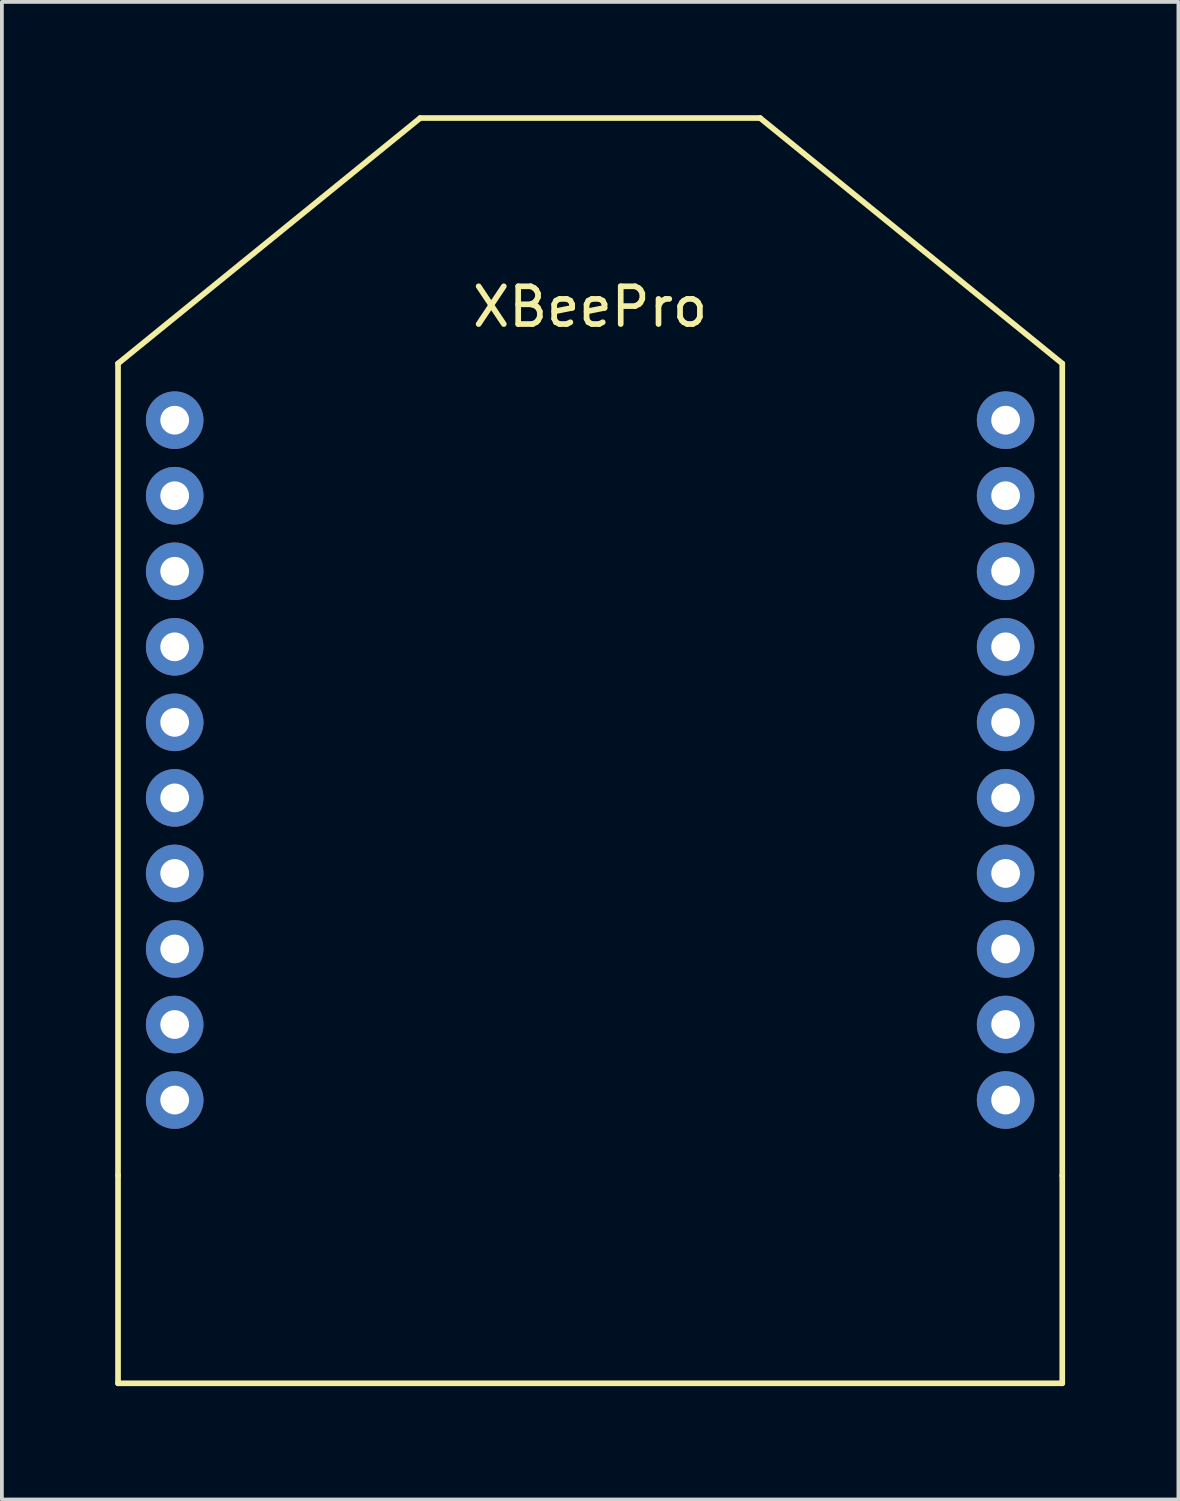
<source format=kicad_pcb>
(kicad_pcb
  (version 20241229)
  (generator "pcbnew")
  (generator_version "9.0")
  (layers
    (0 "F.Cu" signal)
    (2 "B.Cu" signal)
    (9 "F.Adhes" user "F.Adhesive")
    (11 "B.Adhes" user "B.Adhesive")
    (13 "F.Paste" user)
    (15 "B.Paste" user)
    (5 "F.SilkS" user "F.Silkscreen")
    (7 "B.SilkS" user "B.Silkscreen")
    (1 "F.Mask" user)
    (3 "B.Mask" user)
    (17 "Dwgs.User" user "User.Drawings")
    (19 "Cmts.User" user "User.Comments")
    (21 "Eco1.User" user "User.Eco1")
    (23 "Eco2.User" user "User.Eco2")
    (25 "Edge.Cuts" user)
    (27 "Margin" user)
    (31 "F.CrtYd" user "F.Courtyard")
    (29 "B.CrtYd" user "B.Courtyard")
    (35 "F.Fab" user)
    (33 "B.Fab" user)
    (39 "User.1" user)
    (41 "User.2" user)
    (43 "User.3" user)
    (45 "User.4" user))
  (footprint "XBeePro"
    (layer "F.Cu")
    (at 12.575 8.075)
    (property "Reference" "XBeePro" (at 0 -3 0) (layer "F.SilkS") (effects (font (size 1 1) (thickness 0.15))))
    (attr through_hole)
    (fp_line (start -12.5 -1.5) (end -4.5 -8) (stroke (width 0.15) (type solid)) (layer "F.SilkS"))
    (fp_line (start -12.5 20) (end -12.5 -1.5) (stroke (width 0.15) (type solid)) (layer "F.SilkS"))
    (fp_line (start -12.5 25.5) (end -12.5 20) (stroke (width 0.15) (type solid)) (layer "F.SilkS"))
    (fp_line (start -4.5 -8) (end 4.5 -8) (stroke (width 0.15) (type solid)) (layer "F.SilkS"))
    (fp_line (start 4.5 -8) (end 12.5 -1.5) (stroke (width 0.15) (type solid)) (layer "F.SilkS"))
    (fp_line (start 12.5 -1.5) (end 12.5 20) (stroke (width 0.15) (type solid)) (layer "F.SilkS"))
    (fp_line (start 12.5 20) (end 12.5 25.5) (stroke (width 0.15) (type solid)) (layer "F.SilkS"))
    (fp_line (start 12.5 25.5) (end -12.5 25.5) (stroke (width 0.15) (type solid)) (layer "F.SilkS"))
    (pad "1" thru_hole circle (at -11 0) (size 1.524 1.524) (drill 0.762) (layers "*.Cu" "*.Mask"))
    (pad "2" thru_hole circle (at -11 2) (size 1.524 1.524) (drill 0.762) (layers "*.Cu" "*.Mask"))
    (pad "3" thru_hole circle (at -11 4) (size 1.524 1.524) (drill 0.762) (layers "*.Cu" "*.Mask"))
    (pad "4" thru_hole circle (at -11 6) (size 1.524 1.524) (drill 0.762) (layers "*.Cu" "*.Mask"))
    (pad "5" thru_hole circle (at -11 8) (size 1.524 1.524) (drill 0.762) (layers "*.Cu" "*.Mask"))
    (pad "6" thru_hole circle (at -11 10) (size 1.524 1.524) (drill 0.762) (layers "*.Cu" "*.Mask"))
    (pad "7" thru_hole circle (at -11 12) (size 1.524 1.524) (drill 0.762) (layers "*.Cu" "*.Mask"))
    (pad "8" thru_hole circle (at -11 14) (size 1.524 1.524) (drill 0.762) (layers "*.Cu" "*.Mask"))
    (pad "9" thru_hole circle (at -11 16) (size 1.524 1.524) (drill 0.762) (layers "*.Cu" "*.Mask"))
    (pad "10" thru_hole circle (at -11 18) (size 1.524 1.524) (drill 0.762) (layers "*.Cu" "*.Mask"))
    (pad "11" thru_hole circle (at 11 18) (size 1.524 1.524) (drill 0.762) (layers "*.Cu" "*.Mask"))
    (pad "12" thru_hole circle (at 11 16) (size 1.524 1.524) (drill 0.762) (layers "*.Cu" "*.Mask"))
    (pad "13" thru_hole circle (at 11 14) (size 1.524 1.524) (drill 0.762) (layers "*.Cu" "*.Mask"))
    (pad "14" thru_hole circle (at 11 12) (size 1.524 1.524) (drill 0.762) (layers "*.Cu" "*.Mask"))
    (pad "15" thru_hole circle (at 11 10) (size 1.524 1.524) (drill 0.762) (layers "*.Cu" "*.Mask"))
    (pad "16" thru_hole circle (at 11 8) (size 1.524 1.524) (drill 0.762) (layers "*.Cu" "*.Mask"))
    (pad "17" thru_hole circle (at 11 6) (size 1.524 1.524) (drill 0.762) (layers "*.Cu" "*.Mask"))
    (pad "18" thru_hole circle (at 11 4) (size 1.524 1.524) (drill 0.762) (layers "*.Cu" "*.Mask"))
    (pad "19" thru_hole circle (at 11 2) (size 1.524 1.524) (drill 0.762) (layers "*.Cu" "*.Mask"))
    (pad "20" thru_hole circle (at 11 0) (size 1.524 1.524) (drill 0.762) (layers "*.Cu" "*.Mask")))
  (gr_rect
    (start -3 -3)
    (end 28.15 36.65)
    (stroke (width 0.1) (type default))
    (fill no)
    (layer "Edge.Cuts")))
</source>
